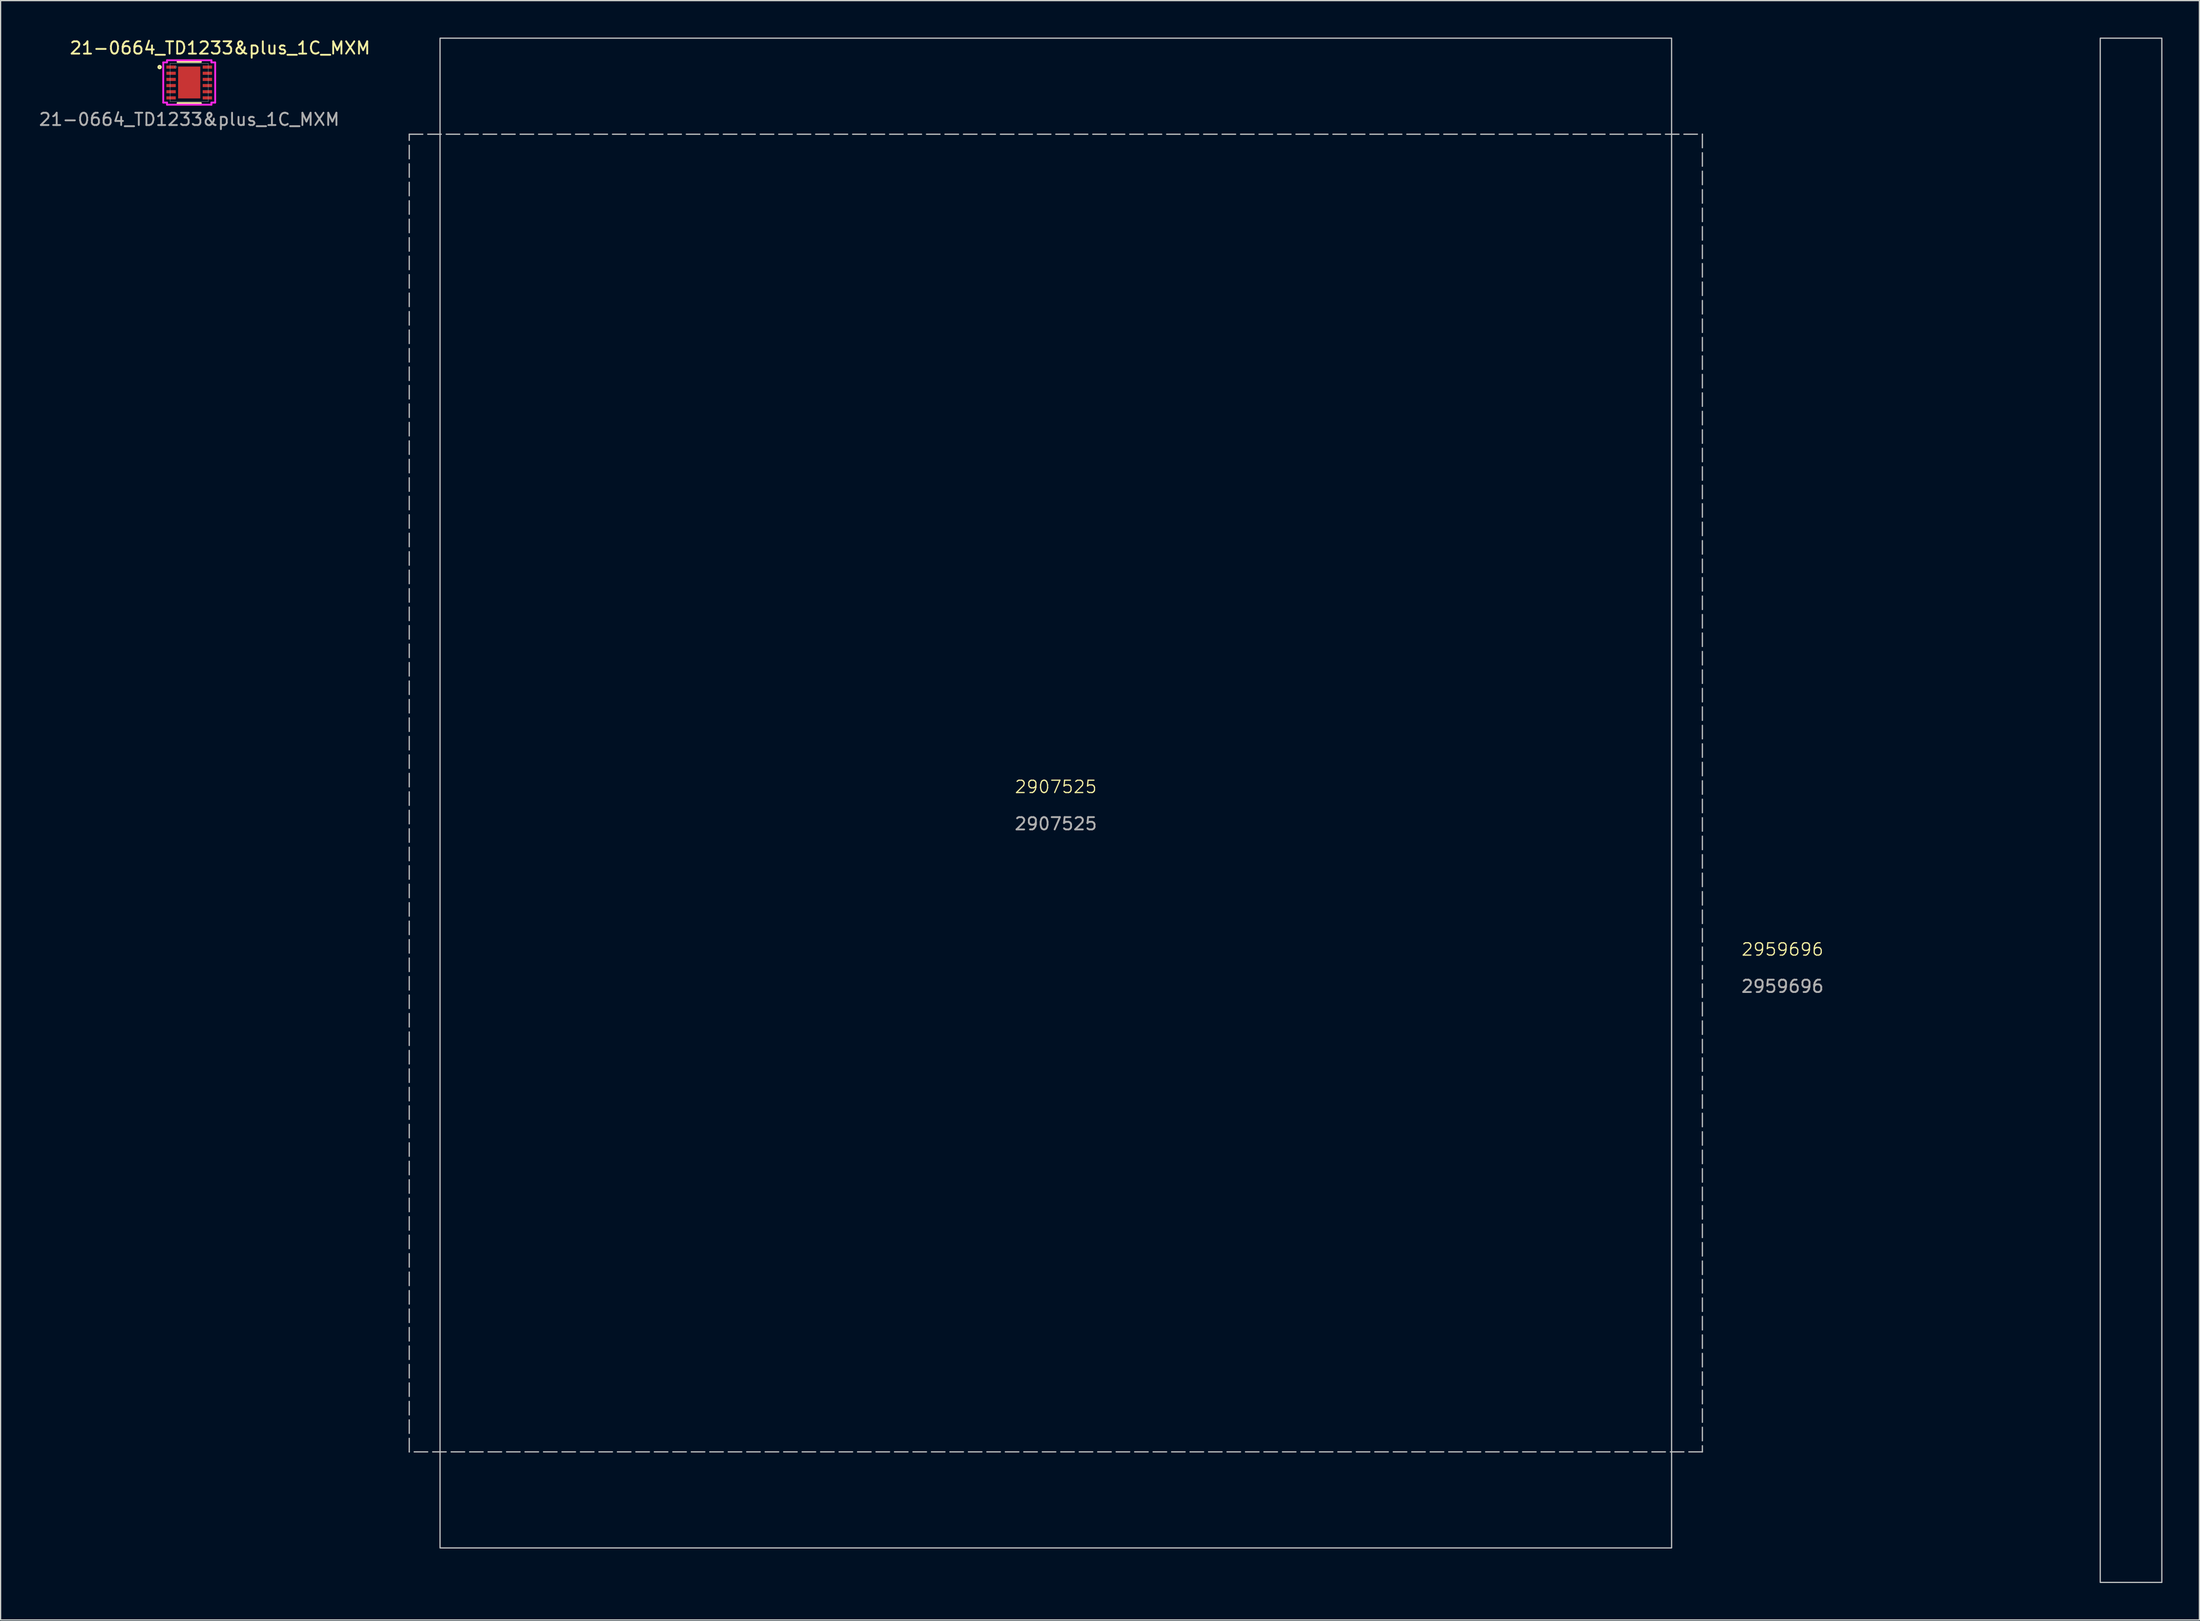
<source format=kicad_pcb>
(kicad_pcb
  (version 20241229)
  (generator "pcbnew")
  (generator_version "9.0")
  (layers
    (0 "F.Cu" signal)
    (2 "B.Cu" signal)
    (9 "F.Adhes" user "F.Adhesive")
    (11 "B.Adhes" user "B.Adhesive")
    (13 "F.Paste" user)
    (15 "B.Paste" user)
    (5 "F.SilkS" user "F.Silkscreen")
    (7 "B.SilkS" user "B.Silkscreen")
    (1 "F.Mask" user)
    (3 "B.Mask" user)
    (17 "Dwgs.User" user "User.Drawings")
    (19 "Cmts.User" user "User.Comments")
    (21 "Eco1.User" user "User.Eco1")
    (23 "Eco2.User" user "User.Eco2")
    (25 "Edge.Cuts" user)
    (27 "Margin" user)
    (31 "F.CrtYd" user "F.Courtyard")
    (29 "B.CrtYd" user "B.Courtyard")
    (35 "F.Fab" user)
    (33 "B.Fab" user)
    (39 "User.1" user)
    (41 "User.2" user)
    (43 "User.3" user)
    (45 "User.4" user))
  (footprint "2907525"
    (layer "F.Cu")
    (at 82.681 61.35)
    (property "Reference" "2907525" (at 0 -0.5 0) (unlocked yes) (layer "F.SilkS") (effects (font (size 1 1) (thickness 0.1))))
    (fp_rect (start -52.5 -53.5) (end 52.5 53.5) (stroke (width 0.1) (type dash)) (fill no) (layer "Dwgs.User"))
    (fp_rect (start -50 -61.3) (end 50 61.3) (stroke (width 0.1) (type default)) (fill no) (layer "Dwgs.User"))
    (fp_text user "${REFERENCE}" (at 0 2.5 0) (unlocked yes) (layer "F.Fab") (effects (font (size 1 1) (thickness 0.15)))))
  (footprint "21-0664_TD1233&plus_1C_MXM"
    (layer "F.Cu")
    (at 12.315 3.648)
    (property "Reference" "21-0664_TD1233&plus_1C_MXM" (at 2.5 -2.8 0) (unlocked yes) (layer "F.SilkS") (effects (font (size 1 1) (thickness 0.15))))
    (attr smd)
    (fp_line (start -0.947 1.676) (end 0.947 1.676) (stroke (width 0.152) (type solid)) (layer "F.SilkS"))
    (fp_line (start 0.947 -1.676) (end -0.947 -1.676) (stroke (width 0.152) (type solid)) (layer "F.SilkS"))
    (fp_circle (center -2.405 -1.25) (end -2.303 -1.25) (stroke (width 0.152) (type solid)) (fill no) (layer "F.SilkS"))
    (fp_poly (pts (xy -0.802 -1.195) (xy -0.802 -0.1) (xy 0.802 -0.1) (xy 0.802 -1.195)) (stroke (width 0) (type solid)) (fill yes) (layer "F.Paste"))
    (fp_poly (pts (xy -0.802 0.1) (xy -0.802 1.195) (xy 0.802 1.195) (xy 0.802 0.1)) (stroke (width 0) (type solid)) (fill yes) (layer "F.Paste"))
    (fp_line (start -2.108 -1.631) (end -1.803 -1.631) (stroke (width 0.152) (type solid)) (layer "F.CrtYd"))
    (fp_line (start -2.108 1.631) (end -2.108 -1.631) (stroke (width 0.152) (type solid)) (layer "F.CrtYd"))
    (fp_line (start -2.108 1.631) (end -1.803 1.631) (stroke (width 0.152) (type solid)) (layer "F.CrtYd"))
    (fp_line (start -1.803 -1.803) (end 1.803 -1.803) (stroke (width 0.152) (type solid)) (layer "F.CrtYd"))
    (fp_line (start -1.803 -1.631) (end -1.803 -1.803) (stroke (width 0.152) (type solid)) (layer "F.CrtYd"))
    (fp_line (start -1.803 1.803) (end -1.803 1.631) (stroke (width 0.152) (type solid)) (layer "F.CrtYd"))
    (fp_line (start 1.803 -1.803) (end 1.803 -1.631) (stroke (width 0.152) (type solid)) (layer "F.CrtYd"))
    (fp_line (start 1.803 1.631) (end 1.803 1.803) (stroke (width 0.152) (type solid)) (layer "F.CrtYd"))
    (fp_line (start 1.803 1.803) (end -1.803 1.803) (stroke (width 0.152) (type solid)) (layer "F.CrtYd"))
    (fp_line (start 2.108 -1.631) (end 1.803 -1.631) (stroke (width 0.152) (type solid)) (layer "F.CrtYd"))
    (fp_line (start 2.108 -1.631) (end 2.108 1.631) (stroke (width 0.152) (type solid)) (layer "F.CrtYd"))
    (fp_line (start 2.108 1.631) (end 1.803 1.631) (stroke (width 0.152) (type solid)) (layer "F.CrtYd"))
    (fp_line (start -1.549 -1.549) (end -1.549 1.549) (stroke (width 0.025) (type solid)) (layer "F.Fab"))
    (fp_line (start -1.549 1.549) (end 1.549 1.549) (stroke (width 0.025) (type solid)) (layer "F.Fab"))
    (fp_line (start 1.549 -1.549) (end -1.549 -1.549) (stroke (width 0.025) (type solid)) (layer "F.Fab"))
    (fp_line (start 1.549 1.549) (end 1.549 -1.549) (stroke (width 0.025) (type solid)) (layer "F.Fab"))
    (fp_circle (center -1.092 -1.25) (end -1.016 -1.25) (stroke (width 0.025) (type solid)) (fill no) (layer "F.Fab"))
    (fp_text user "${REFERENCE}" (at 0 3 0) (unlocked yes) (layer "F.Fab") (effects (font (size 1 1) (thickness 0.15))))
    (pad "1" smd rect (at -1.473 -1.25) (size 0.762 0.254) (layers "F.Cu" "F.Mask" "F.Paste"))
    (pad "2" smd rect (at -1.473 -0.75) (size 0.762 0.254) (layers "F.Cu" "F.Mask" "F.Paste"))
    (pad "3" smd rect (at -1.473 -0.25) (size 0.762 0.254) (layers "F.Cu" "F.Mask" "F.Paste"))
    (pad "4" smd rect (at -1.473 0.25) (size 0.762 0.254) (layers "F.Cu" "F.Mask" "F.Paste"))
    (pad "5" smd rect (at -1.473 0.75) (size 0.762 0.254) (layers "F.Cu" "F.Mask" "F.Paste"))
    (pad "6" smd rect (at -1.473 1.25) (size 0.762 0.254) (layers "F.Cu" "F.Mask" "F.Paste"))
    (pad "7" smd rect (at 1.473 1.25) (size 0.762 0.254) (layers "F.Cu" "F.Mask" "F.Paste"))
    (pad "8" smd rect (at 1.473 0.75) (size 0.762 0.254) (layers "F.Cu" "F.Mask" "F.Paste"))
    (pad "9" smd rect (at 1.473 0.25) (size 0.762 0.254) (layers "F.Cu" "F.Mask" "F.Paste"))
    (pad "10" smd rect (at 1.473 -0.25) (size 0.762 0.254) (layers "F.Cu" "F.Mask" "F.Paste"))
    (pad "11" smd rect (at 1.473 -0.75) (size 0.762 0.254) (layers "F.Cu" "F.Mask" "F.Paste"))
    (pad "12" smd rect (at 1.473 -1.25) (size 0.762 0.254) (layers "F.Cu" "F.Mask" "F.Paste"))
    (pad "13" smd rect (at 0 0) (size 1.803 2.591) (layers "F.Cu" "F.Mask" "F.Paste")))
  (footprint "2959696"
    (layer "F.Cu")
    (at 170.489 62.75)
    (property "Reference" "2959696" (at -28.8 11.3 0) (unlocked yes) (layer "F.SilkS") (effects (font (size 1 1) (thickness 0.1))))
    (fp_rect (start -3 -62.7) (end 2 62.7) (stroke (width 0.1) (type default)) (fill no) (layer "Dwgs.User"))
    (fp_text user "${REFERENCE}" (at -28.8 14.3 0) (unlocked yes) (layer "F.Fab") (effects (font (size 1 1) (thickness 0.15)))))
  (gr_rect
    (start -3 -3)
    (end 175.539 128.5)
    (stroke (width 0.1) (type default))
    (fill no)
    (layer "Edge.Cuts")))
</source>
